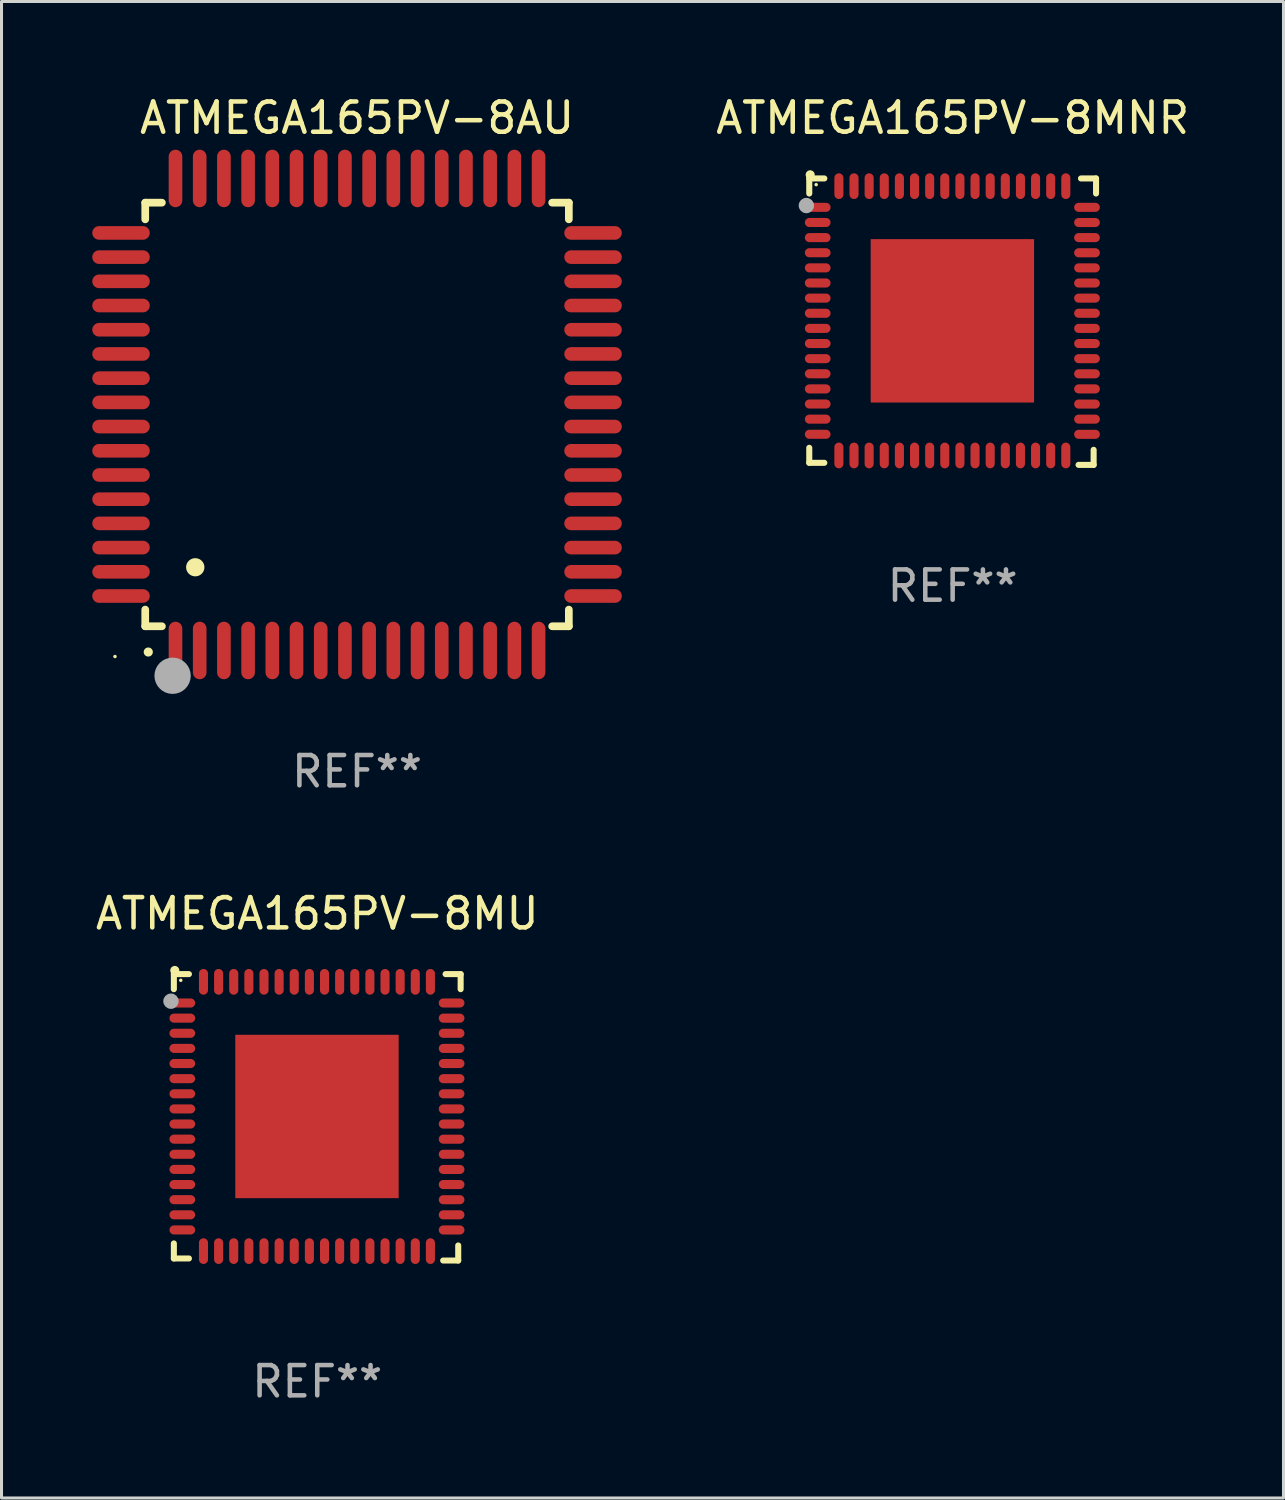
<source format=kicad_pcb>
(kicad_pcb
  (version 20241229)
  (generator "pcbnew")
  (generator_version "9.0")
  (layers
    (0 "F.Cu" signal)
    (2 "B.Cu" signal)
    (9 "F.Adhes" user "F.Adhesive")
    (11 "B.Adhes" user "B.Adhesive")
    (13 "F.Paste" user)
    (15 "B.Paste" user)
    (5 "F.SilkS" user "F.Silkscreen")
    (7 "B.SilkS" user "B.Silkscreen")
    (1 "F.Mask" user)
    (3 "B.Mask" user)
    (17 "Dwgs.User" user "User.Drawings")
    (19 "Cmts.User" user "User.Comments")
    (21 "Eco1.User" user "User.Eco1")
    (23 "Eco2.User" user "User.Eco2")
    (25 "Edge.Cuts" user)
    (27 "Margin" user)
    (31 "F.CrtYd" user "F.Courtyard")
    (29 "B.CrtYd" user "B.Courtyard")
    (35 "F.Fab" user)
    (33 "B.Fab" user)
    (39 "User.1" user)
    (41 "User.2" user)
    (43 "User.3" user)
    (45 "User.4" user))
  (footprint "ATMEGA165PV-8MU"
    (layer "F.Cu")
    (at 7.435 33.877)
    (property "Reference" "ATMEGA165PV-8MU" (at 0 -6.733 0) (layer "F.SilkS") (effects (font (size 1 1) (thickness 0.15))))
    (attr through_hole)
    (fp_line (start -4.739 -4.733) (end -4.241 -4.733) (stroke (width 0.2) (type solid)) (layer "F.SilkS"))
    (fp_line (start -4.739 -4.235) (end -4.739 -4.733) (stroke (width 0.2) (type solid)) (layer "F.SilkS"))
    (fp_line (start -4.739 4.168) (end -4.739 4.665) (stroke (width 0.2) (type solid)) (layer "F.SilkS"))
    (fp_line (start -4.739 4.665) (end -4.241 4.665) (stroke (width 0.2) (type solid)) (layer "F.SilkS"))
    (fp_line (start 4.161 4.733) (end 4.659 4.733) (stroke (width 0.2) (type solid)) (layer "F.SilkS"))
    (fp_line (start 4.241 -4.733) (end 4.739 -4.733) (stroke (width 0.2) (type solid)) (layer "F.SilkS"))
    (fp_line (start 4.659 4.733) (end 4.659 4.235) (stroke (width 0.2) (type solid)) (layer "F.SilkS"))
    (fp_line (start 4.739 -4.733) (end 4.739 -4.235) (stroke (width 0.2) (type solid)) (layer "F.SilkS"))
    (fp_arc (start -4.708623 -4.85108) (mid -4.708628 -4.85235) (end -4.708623 -4.85362) (stroke (width 0.3) (type solid)) (layer "F.SilkS"))
    (fp_circle (center -4.511 -4.529) (end -4.481 -4.529) (stroke (width 0.06) (type solid)) (fill no) (layer "F.SilkS"))
    (fp_circle (center -4.835 -3.838) (end -4.708 -3.838) (stroke (width 0.254) (type solid)) (fill no) (layer "F.Fab"))
    (fp_text user "REF**" (at 0 8.733 0) (layer "F.Fab") (effects (font (size 1 1) (thickness 0.15))))
    (pad "1" smd oval (at -4.46 -3.778) (size 0.85 0.3) (layers "F.Cu" "F.Mask" "F.Paste"))
    (pad "2" smd oval (at -4.46 -3.278) (size 0.85 0.3) (layers "F.Cu" "F.Mask" "F.Paste"))
    (pad "3" smd oval (at -4.46 -2.778) (size 0.85 0.3) (layers "F.Cu" "F.Mask" "F.Paste"))
    (pad "4" smd oval (at -4.46 -2.278) (size 0.85 0.3) (layers "F.Cu" "F.Mask" "F.Paste"))
    (pad "5" smd oval (at -4.46 -1.778) (size 0.85 0.3) (layers "F.Cu" "F.Mask" "F.Paste"))
    (pad "6" smd oval (at -4.46 -1.278) (size 0.85 0.3) (layers "F.Cu" "F.Mask" "F.Paste"))
    (pad "7" smd oval (at -4.46 -0.778) (size 0.85 0.3) (layers "F.Cu" "F.Mask" "F.Paste"))
    (pad "8" smd oval (at -4.46 -0.278) (size 0.85 0.3) (layers "F.Cu" "F.Mask" "F.Paste"))
    (pad "9" smd oval (at -4.46 0.222) (size 0.85 0.3) (layers "F.Cu" "F.Mask" "F.Paste"))
    (pad "10" smd oval (at -4.46 0.722) (size 0.85 0.3) (layers "F.Cu" "F.Mask" "F.Paste"))
    (pad "11" smd oval (at -4.46 1.222) (size 0.85 0.3) (layers "F.Cu" "F.Mask" "F.Paste"))
    (pad "12" smd oval (at -4.46 1.722) (size 0.85 0.3) (layers "F.Cu" "F.Mask" "F.Paste"))
    (pad "13" smd oval (at -4.46 2.222) (size 0.85 0.3) (layers "F.Cu" "F.Mask" "F.Paste"))
    (pad "14" smd oval (at -4.46 2.722) (size 0.85 0.3) (layers "F.Cu" "F.Mask" "F.Paste"))
    (pad "15" smd oval (at -4.46 3.222) (size 0.85 0.3) (layers "F.Cu" "F.Mask" "F.Paste"))
    (pad "16" smd oval (at -4.46 3.722) (size 0.85 0.3) (layers "F.Cu" "F.Mask" "F.Paste"))
    (pad "17" smd oval (at -3.76 4.422) (size 0.3 0.85) (layers "F.Cu" "F.Mask" "F.Paste"))
    (pad "18" smd oval (at -3.26 4.422) (size 0.3 0.85) (layers "F.Cu" "F.Mask" "F.Paste"))
    (pad "19" smd oval (at -2.76 4.422) (size 0.3 0.85) (layers "F.Cu" "F.Mask" "F.Paste"))
    (pad "20" smd oval (at -2.26 4.422) (size 0.3 0.85) (layers "F.Cu" "F.Mask" "F.Paste"))
    (pad "21" smd oval (at -1.76 4.422) (size 0.3 0.85) (layers "F.Cu" "F.Mask" "F.Paste"))
    (pad "22" smd oval (at -1.26 4.422) (size 0.3 0.85) (layers "F.Cu" "F.Mask" "F.Paste"))
    (pad "23" smd oval (at -0.76 4.422) (size 0.3 0.85) (layers "F.Cu" "F.Mask" "F.Paste"))
    (pad "24" smd oval (at -0.26 4.422) (size 0.3 0.85) (layers "F.Cu" "F.Mask" "F.Paste"))
    (pad "25" smd oval (at 0.24 4.422) (size 0.3 0.85) (layers "F.Cu" "F.Mask" "F.Paste"))
    (pad "26" smd oval (at 0.74 4.422) (size 0.3 0.85) (layers "F.Cu" "F.Mask" "F.Paste"))
    (pad "27" smd oval (at 1.24 4.422) (size 0.3 0.85) (layers "F.Cu" "F.Mask" "F.Paste"))
    (pad "28" smd oval (at 1.74 4.422) (size 0.3 0.85) (layers "F.Cu" "F.Mask" "F.Paste"))
    (pad "29" smd oval (at 2.24 4.422) (size 0.3 0.85) (layers "F.Cu" "F.Mask" "F.Paste"))
    (pad "30" smd oval (at 2.74 4.422) (size 0.3 0.85) (layers "F.Cu" "F.Mask" "F.Paste"))
    (pad "31" smd oval (at 3.24 4.422) (size 0.3 0.85) (layers "F.Cu" "F.Mask" "F.Paste"))
    (pad "32" smd oval (at 3.74 4.422) (size 0.3 0.85) (layers "F.Cu" "F.Mask" "F.Paste"))
    (pad "33" smd oval (at 4.44 3.723) (size 0.85 0.3) (layers "F.Cu" "F.Mask" "F.Paste"))
    (pad "34" smd oval (at 4.44 3.222) (size 0.85 0.3) (layers "F.Cu" "F.Mask" "F.Paste"))
    (pad "35" smd oval (at 4.44 2.723) (size 0.85 0.3) (layers "F.Cu" "F.Mask" "F.Paste"))
    (pad "36" smd oval (at 4.44 2.222) (size 0.85 0.3) (layers "F.Cu" "F.Mask" "F.Paste"))
    (pad "37" smd oval (at 4.44 1.723) (size 0.85 0.3) (layers "F.Cu" "F.Mask" "F.Paste"))
    (pad "38" smd oval (at 4.44 1.222) (size 0.85 0.3) (layers "F.Cu" "F.Mask" "F.Paste"))
    (pad "39" smd oval (at 4.44 0.723) (size 0.85 0.3) (layers "F.Cu" "F.Mask" "F.Paste"))
    (pad "40" smd oval (at 4.44 0.222) (size 0.85 0.3) (layers "F.Cu" "F.Mask" "F.Paste"))
    (pad "41" smd oval (at 4.44 -0.277) (size 0.85 0.3) (layers "F.Cu" "F.Mask" "F.Paste"))
    (pad "42" smd oval (at 4.44 -0.778) (size 0.85 0.3) (layers "F.Cu" "F.Mask" "F.Paste"))
    (pad "43" smd oval (at 4.44 -1.277) (size 0.85 0.3) (layers "F.Cu" "F.Mask" "F.Paste"))
    (pad "44" smd oval (at 4.44 -1.778) (size 0.85 0.3) (layers "F.Cu" "F.Mask" "F.Paste"))
    (pad "45" smd oval (at 4.44 -2.277) (size 0.85 0.3) (layers "F.Cu" "F.Mask" "F.Paste"))
    (pad "46" smd oval (at 4.44 -2.778) (size 0.85 0.3) (layers "F.Cu" "F.Mask" "F.Paste"))
    (pad "47" smd oval (at 4.44 -3.277) (size 0.85 0.3) (layers "F.Cu" "F.Mask" "F.Paste"))
    (pad "48" smd oval (at 4.44 -3.778) (size 0.85 0.3) (layers "F.Cu" "F.Mask" "F.Paste"))
    (pad "49" smd oval (at 3.74 -4.478) (size 0.3 0.85) (layers "F.Cu" "F.Mask" "F.Paste"))
    (pad "50" smd oval (at 3.24 -4.478) (size 0.3 0.85) (layers "F.Cu" "F.Mask" "F.Paste"))
    (pad "51" smd oval (at 2.74 -4.478) (size 0.3 0.85) (layers "F.Cu" "F.Mask" "F.Paste"))
    (pad "52" smd oval (at 2.24 -4.478) (size 0.3 0.85) (layers "F.Cu" "F.Mask" "F.Paste"))
    (pad "53" smd oval (at 1.74 -4.478) (size 0.3 0.85) (layers "F.Cu" "F.Mask" "F.Paste"))
    (pad "54" smd oval (at 1.24 -4.478) (size 0.3 0.85) (layers "F.Cu" "F.Mask" "F.Paste"))
    (pad "55" smd oval (at 0.74 -4.478) (size 0.3 0.85) (layers "F.Cu" "F.Mask" "F.Paste"))
    (pad "56" smd oval (at 0.24 -4.478) (size 0.3 0.85) (layers "F.Cu" "F.Mask" "F.Paste"))
    (pad "57" smd oval (at -0.26 -4.478) (size 0.3 0.85) (layers "F.Cu" "F.Mask" "F.Paste"))
    (pad "58" smd oval (at -0.76 -4.478) (size 0.3 0.85) (layers "F.Cu" "F.Mask" "F.Paste"))
    (pad "59" smd oval (at -1.26 -4.478) (size 0.3 0.85) (layers "F.Cu" "F.Mask" "F.Paste"))
    (pad "60" smd oval (at -1.76 -4.478) (size 0.3 0.85) (layers "F.Cu" "F.Mask" "F.Paste"))
    (pad "61" smd oval (at -2.26 -4.478) (size 0.3 0.85) (layers "F.Cu" "F.Mask" "F.Paste"))
    (pad "62" smd oval (at -2.76 -4.478) (size 0.3 0.85) (layers "F.Cu" "F.Mask" "F.Paste"))
    (pad "63" smd oval (at -3.26 -4.478) (size 0.3 0.85) (layers "F.Cu" "F.Mask" "F.Paste"))
    (pad "64" smd oval (at -3.76 -4.478) (size 0.3 0.85) (layers "F.Cu" "F.Mask" "F.Paste"))
    (pad "65" smd rect (at -0.009 -0.028 90) (size 5.4 5.4) (layers "F.Cu" "F.Mask" "F.Paste")))
  (footprint "ATMEGA165PV-8AU"
    (layer "F.Cu")
    (at 8.75 10.648)
    (property "Reference" "ATMEGA165PV-8AU" (at 0 -9.8 0) (layer "F.SilkS") (effects (font (size 1 1) (thickness 0.15))))
    (attr through_hole)
    (fp_line (start -7 -7) (end -6.449 -7) (stroke (width 0.254) (type solid)) (layer "F.SilkS"))
    (fp_line (start -7 -6.449) (end -7 -7) (stroke (width 0.254) (type solid)) (layer "F.SilkS"))
    (fp_line (start -7 7) (end -7 6.449) (stroke (width 0.254) (type solid)) (layer "F.SilkS"))
    (fp_line (start -6.449 7) (end -7 7) (stroke (width 0.254) (type solid)) (layer "F.SilkS"))
    (fp_line (start 6.449 -7) (end 7 -7) (stroke (width 0.254) (type solid)) (layer "F.SilkS"))
    (fp_line (start 7 -7) (end 7 -6.449) (stroke (width 0.254) (type solid)) (layer "F.SilkS"))
    (fp_line (start 7 6.449) (end 7 7) (stroke (width 0.254) (type solid)) (layer "F.SilkS"))
    (fp_line (start 7 7) (end 6.449 7) (stroke (width 0.254) (type solid)) (layer "F.SilkS"))
    (fp_arc (start -6.901143 7.851207) (mid -6.899873 7.851202) (end -6.898603 7.851207) (stroke (width 0.3) (type solid)) (layer "F.SilkS"))
    (fp_arc (start -5.3492 5.049581) (mid -5.34666 5.04957) (end -5.34412 5.049581) (stroke (width 0.6) (type solid)) (layer "F.SilkS"))
    (fp_circle (center -8 8) (end -7.97 8) (stroke (width 0.06) (type solid)) (fill no) (layer "F.SilkS"))
    (fp_circle (center -6.096 8.636) (end -5.796 8.636) (stroke (width 0.6) (type solid)) (fill no) (layer "F.Fab"))
    (fp_text user "REF**" (at 0 11.8 0) (layer "F.Fab") (effects (font (size 1 1) (thickness 0.15))))
    (pad "1" smd oval (at -6 7.8 90) (size 1.9 0.45) (layers "F.Cu" "F.Mask" "F.Paste"))
    (pad "2" smd oval (at -5.2 7.8 90) (size 1.9 0.45) (layers "F.Cu" "F.Mask" "F.Paste"))
    (pad "3" smd oval (at -4.4 7.8 90) (size 1.9 0.45) (layers "F.Cu" "F.Mask" "F.Paste"))
    (pad "4" smd oval (at -3.6 7.8 90) (size 1.9 0.45) (layers "F.Cu" "F.Mask" "F.Paste"))
    (pad "5" smd oval (at -2.8 7.8 90) (size 1.9 0.45) (layers "F.Cu" "F.Mask" "F.Paste"))
    (pad "6" smd oval (at -2 7.8 90) (size 1.9 0.45) (layers "F.Cu" "F.Mask" "F.Paste"))
    (pad "7" smd oval (at -1.2 7.8 90) (size 1.9 0.45) (layers "F.Cu" "F.Mask" "F.Paste"))
    (pad "8" smd oval (at -0.4 7.8 90) (size 1.9 0.45) (layers "F.Cu" "F.Mask" "F.Paste"))
    (pad "9" smd oval (at 0.4 7.8 90) (size 1.9 0.45) (layers "F.Cu" "F.Mask" "F.Paste"))
    (pad "10" smd oval (at 1.2 7.8 90) (size 1.9 0.45) (layers "F.Cu" "F.Mask" "F.Paste"))
    (pad "11" smd oval (at 2 7.8 90) (size 1.9 0.45) (layers "F.Cu" "F.Mask" "F.Paste"))
    (pad "12" smd oval (at 2.8 7.8 90) (size 1.9 0.45) (layers "F.Cu" "F.Mask" "F.Paste"))
    (pad "13" smd oval (at 3.6 7.8 90) (size 1.9 0.45) (layers "F.Cu" "F.Mask" "F.Paste"))
    (pad "14" smd oval (at 4.4 7.8 90) (size 1.9 0.45) (layers "F.Cu" "F.Mask" "F.Paste"))
    (pad "15" smd oval (at 5.2 7.8 90) (size 1.9 0.45) (layers "F.Cu" "F.Mask" "F.Paste"))
    (pad "16" smd oval (at 6 7.8 90) (size 1.9 0.45) (layers "F.Cu" "F.Mask" "F.Paste"))
    (pad "17" smd oval (at 7.8 6 90) (size 0.45 1.9) (layers "F.Cu" "F.Mask" "F.Paste"))
    (pad "18" smd oval (at 7.8 5.2 90) (size 0.45 1.9) (layers "F.Cu" "F.Mask" "F.Paste"))
    (pad "19" smd oval (at 7.8 4.4 90) (size 0.45 1.9) (layers "F.Cu" "F.Mask" "F.Paste"))
    (pad "20" smd oval (at 7.8 3.6 90) (size 0.45 1.9) (layers "F.Cu" "F.Mask" "F.Paste"))
    (pad "21" smd oval (at 7.8 2.8 90) (size 0.45 1.9) (layers "F.Cu" "F.Mask" "F.Paste"))
    (pad "22" smd oval (at 7.8 2 90) (size 0.45 1.9) (layers "F.Cu" "F.Mask" "F.Paste"))
    (pad "23" smd oval (at 7.8 1.2 90) (size 0.45 1.9) (layers "F.Cu" "F.Mask" "F.Paste"))
    (pad "24" smd oval (at 7.8 0.4 90) (size 0.45 1.9) (layers "F.Cu" "F.Mask" "F.Paste"))
    (pad "25" smd oval (at 7.8 -0.4 90) (size 0.45 1.9) (layers "F.Cu" "F.Mask" "F.Paste"))
    (pad "26" smd oval (at 7.8 -1.2 90) (size 0.45 1.9) (layers "F.Cu" "F.Mask" "F.Paste"))
    (pad "27" smd oval (at 7.8 -2 90) (size 0.45 1.9) (layers "F.Cu" "F.Mask" "F.Paste"))
    (pad "28" smd oval (at 7.8 -2.8 90) (size 0.45 1.9) (layers "F.Cu" "F.Mask" "F.Paste"))
    (pad "29" smd oval (at 7.8 -3.6 90) (size 0.45 1.9) (layers "F.Cu" "F.Mask" "F.Paste"))
    (pad "30" smd oval (at 7.8 -4.4 90) (size 0.45 1.9) (layers "F.Cu" "F.Mask" "F.Paste"))
    (pad "31" smd oval (at 7.8 -5.2 90) (size 0.45 1.9) (layers "F.Cu" "F.Mask" "F.Paste"))
    (pad "32" smd oval (at 7.8 -6 90) (size 0.45 1.9) (layers "F.Cu" "F.Mask" "F.Paste"))
    (pad "33" smd oval (at 6 -7.8 90) (size 1.9 0.45) (layers "F.Cu" "F.Mask" "F.Paste"))
    (pad "34" smd oval (at 5.2 -7.8 90) (size 1.9 0.45) (layers "F.Cu" "F.Mask" "F.Paste"))
    (pad "35" smd oval (at 4.4 -7.8 90) (size 1.9 0.45) (layers "F.Cu" "F.Mask" "F.Paste"))
    (pad "36" smd oval (at 3.6 -7.8 90) (size 1.9 0.45) (layers "F.Cu" "F.Mask" "F.Paste"))
    (pad "37" smd oval (at 2.8 -7.8 90) (size 1.9 0.45) (layers "F.Cu" "F.Mask" "F.Paste"))
    (pad "38" smd oval (at 2 -7.8 90) (size 1.9 0.45) (layers "F.Cu" "F.Mask" "F.Paste"))
    (pad "39" smd oval (at 1.2 -7.8 90) (size 1.9 0.45) (layers "F.Cu" "F.Mask" "F.Paste"))
    (pad "40" smd oval (at 0.4 -7.8 90) (size 1.9 0.45) (layers "F.Cu" "F.Mask" "F.Paste"))
    (pad "41" smd oval (at -0.4 -7.8 90) (size 1.9 0.45) (layers "F.Cu" "F.Mask" "F.Paste"))
    (pad "42" smd oval (at -1.2 -7.8 90) (size 1.9 0.45) (layers "F.Cu" "F.Mask" "F.Paste"))
    (pad "43" smd oval (at -2 -7.8 90) (size 1.9 0.45) (layers "F.Cu" "F.Mask" "F.Paste"))
    (pad "44" smd oval (at -2.8 -7.8 90) (size 1.9 0.45) (layers "F.Cu" "F.Mask" "F.Paste"))
    (pad "45" smd oval (at -3.6 -7.8 90) (size 1.9 0.45) (layers "F.Cu" "F.Mask" "F.Paste"))
    (pad "46" smd oval (at -4.4 -7.8 90) (size 1.9 0.45) (layers "F.Cu" "F.Mask" "F.Paste"))
    (pad "47" smd oval (at -5.2 -7.8 90) (size 1.9 0.45) (layers "F.Cu" "F.Mask" "F.Paste"))
    (pad "48" smd oval (at -6 -7.8 90) (size 1.9 0.45) (layers "F.Cu" "F.Mask" "F.Paste"))
    (pad "49" smd oval (at -7.8 -6 90) (size 0.45 1.9) (layers "F.Cu" "F.Mask" "F.Paste"))
    (pad "50" smd oval (at -7.8 -5.2 90) (size 0.45 1.9) (layers "F.Cu" "F.Mask" "F.Paste"))
    (pad "51" smd oval (at -7.8 -4.4 90) (size 0.45 1.9) (layers "F.Cu" "F.Mask" "F.Paste"))
    (pad "52" smd oval (at -7.8 -3.6 90) (size 0.45 1.9) (layers "F.Cu" "F.Mask" "F.Paste"))
    (pad "53" smd oval (at -7.8 -2.8 90) (size 0.45 1.9) (layers "F.Cu" "F.Mask" "F.Paste"))
    (pad "54" smd oval (at -7.8 -2 90) (size 0.45 1.9) (layers "F.Cu" "F.Mask" "F.Paste"))
    (pad "55" smd oval (at -7.8 -1.2 90) (size 0.45 1.9) (layers "F.Cu" "F.Mask" "F.Paste"))
    (pad "56" smd oval (at -7.8 -0.4 90) (size 0.45 1.9) (layers "F.Cu" "F.Mask" "F.Paste"))
    (pad "57" smd oval (at -7.8 0.4 90) (size 0.45 1.9) (layers "F.Cu" "F.Mask" "F.Paste"))
    (pad "58" smd oval (at -7.8 1.2 90) (size 0.45 1.9) (layers "F.Cu" "F.Mask" "F.Paste"))
    (pad "59" smd oval (at -7.8 2 90) (size 0.45 1.9) (layers "F.Cu" "F.Mask" "F.Paste"))
    (pad "60" smd oval (at -7.8 2.8 90) (size 0.45 1.9) (layers "F.Cu" "F.Mask" "F.Paste"))
    (pad "61" smd oval (at -7.8 3.6 90) (size 0.45 1.9) (layers "F.Cu" "F.Mask" "F.Paste"))
    (pad "62" smd oval (at -7.8 4.4 90) (size 0.45 1.9) (layers "F.Cu" "F.Mask" "F.Paste"))
    (pad "63" smd oval (at -7.8 5.2 90) (size 0.45 1.9) (layers "F.Cu" "F.Mask" "F.Paste"))
    (pad "64" smd oval (at -7.8 6 90) (size 0.45 1.9) (layers "F.Cu" "F.Mask" "F.Paste")))
  (footprint "ATMEGA165PV-8MNR"
    (layer "F.Cu")
    (at 28.435 7.581)
    (property "Reference" "ATMEGA165PV-8MNR" (at 0 -6.733 0) (layer "F.SilkS") (effects (font (size 1 1) (thickness 0.15))))
    (attr through_hole)
    (fp_line (start -4.739 -4.733) (end -4.241 -4.733) (stroke (width 0.2) (type solid)) (layer "F.SilkS"))
    (fp_line (start -4.739 -4.235) (end -4.739 -4.733) (stroke (width 0.2) (type solid)) (layer "F.SilkS"))
    (fp_line (start -4.739 4.168) (end -4.739 4.665) (stroke (width 0.2) (type solid)) (layer "F.SilkS"))
    (fp_line (start -4.739 4.665) (end -4.241 4.665) (stroke (width 0.2) (type solid)) (layer "F.SilkS"))
    (fp_line (start 4.161 4.733) (end 4.659 4.733) (stroke (width 0.2) (type solid)) (layer "F.SilkS"))
    (fp_line (start 4.241 -4.733) (end 4.739 -4.733) (stroke (width 0.2) (type solid)) (layer "F.SilkS"))
    (fp_line (start 4.659 4.733) (end 4.659 4.235) (stroke (width 0.2) (type solid)) (layer "F.SilkS"))
    (fp_line (start 4.739 -4.733) (end 4.739 -4.235) (stroke (width 0.2) (type solid)) (layer "F.SilkS"))
    (fp_arc (start -4.708623 -4.85108) (mid -4.708628 -4.85235) (end -4.708623 -4.85362) (stroke (width 0.3) (type solid)) (layer "F.SilkS"))
    (fp_circle (center -4.511 -4.529) (end -4.481 -4.529) (stroke (width 0.06) (type solid)) (fill no) (layer "F.SilkS"))
    (fp_circle (center -4.835 -3.838) (end -4.708 -3.838) (stroke (width 0.254) (type solid)) (fill no) (layer "F.Fab"))
    (fp_text user "REF**" (at 0 8.733 0) (layer "F.Fab") (effects (font (size 1 1) (thickness 0.15))))
    (pad "1" smd oval (at -4.46 -3.778) (size 0.85 0.3) (layers "F.Cu" "F.Mask" "F.Paste"))
    (pad "2" smd oval (at -4.46 -3.278) (size 0.85 0.3) (layers "F.Cu" "F.Mask" "F.Paste"))
    (pad "3" smd oval (at -4.46 -2.778) (size 0.85 0.3) (layers "F.Cu" "F.Mask" "F.Paste"))
    (pad "4" smd oval (at -4.46 -2.278) (size 0.85 0.3) (layers "F.Cu" "F.Mask" "F.Paste"))
    (pad "5" smd oval (at -4.46 -1.778) (size 0.85 0.3) (layers "F.Cu" "F.Mask" "F.Paste"))
    (pad "6" smd oval (at -4.46 -1.278) (size 0.85 0.3) (layers "F.Cu" "F.Mask" "F.Paste"))
    (pad "7" smd oval (at -4.46 -0.778) (size 0.85 0.3) (layers "F.Cu" "F.Mask" "F.Paste"))
    (pad "8" smd oval (at -4.46 -0.278) (size 0.85 0.3) (layers "F.Cu" "F.Mask" "F.Paste"))
    (pad "9" smd oval (at -4.46 0.222) (size 0.85 0.3) (layers "F.Cu" "F.Mask" "F.Paste"))
    (pad "10" smd oval (at -4.46 0.722) (size 0.85 0.3) (layers "F.Cu" "F.Mask" "F.Paste"))
    (pad "11" smd oval (at -4.46 1.222) (size 0.85 0.3) (layers "F.Cu" "F.Mask" "F.Paste"))
    (pad "12" smd oval (at -4.46 1.722) (size 0.85 0.3) (layers "F.Cu" "F.Mask" "F.Paste"))
    (pad "13" smd oval (at -4.46 2.222) (size 0.85 0.3) (layers "F.Cu" "F.Mask" "F.Paste"))
    (pad "14" smd oval (at -4.46 2.722) (size 0.85 0.3) (layers "F.Cu" "F.Mask" "F.Paste"))
    (pad "15" smd oval (at -4.46 3.222) (size 0.85 0.3) (layers "F.Cu" "F.Mask" "F.Paste"))
    (pad "16" smd oval (at -4.46 3.722) (size 0.85 0.3) (layers "F.Cu" "F.Mask" "F.Paste"))
    (pad "17" smd oval (at -3.76 4.422) (size 0.3 0.85) (layers "F.Cu" "F.Mask" "F.Paste"))
    (pad "18" smd oval (at -3.26 4.422) (size 0.3 0.85) (layers "F.Cu" "F.Mask" "F.Paste"))
    (pad "19" smd oval (at -2.76 4.422) (size 0.3 0.85) (layers "F.Cu" "F.Mask" "F.Paste"))
    (pad "20" smd oval (at -2.26 4.422) (size 0.3 0.85) (layers "F.Cu" "F.Mask" "F.Paste"))
    (pad "21" smd oval (at -1.76 4.422) (size 0.3 0.85) (layers "F.Cu" "F.Mask" "F.Paste"))
    (pad "22" smd oval (at -1.26 4.422) (size 0.3 0.85) (layers "F.Cu" "F.Mask" "F.Paste"))
    (pad "23" smd oval (at -0.76 4.422) (size 0.3 0.85) (layers "F.Cu" "F.Mask" "F.Paste"))
    (pad "24" smd oval (at -0.26 4.422) (size 0.3 0.85) (layers "F.Cu" "F.Mask" "F.Paste"))
    (pad "25" smd oval (at 0.24 4.422) (size 0.3 0.85) (layers "F.Cu" "F.Mask" "F.Paste"))
    (pad "26" smd oval (at 0.74 4.422) (size 0.3 0.85) (layers "F.Cu" "F.Mask" "F.Paste"))
    (pad "27" smd oval (at 1.24 4.422) (size 0.3 0.85) (layers "F.Cu" "F.Mask" "F.Paste"))
    (pad "28" smd oval (at 1.74 4.422) (size 0.3 0.85) (layers "F.Cu" "F.Mask" "F.Paste"))
    (pad "29" smd oval (at 2.24 4.422) (size 0.3 0.85) (layers "F.Cu" "F.Mask" "F.Paste"))
    (pad "30" smd oval (at 2.74 4.422) (size 0.3 0.85) (layers "F.Cu" "F.Mask" "F.Paste"))
    (pad "31" smd oval (at 3.24 4.422) (size 0.3 0.85) (layers "F.Cu" "F.Mask" "F.Paste"))
    (pad "32" smd oval (at 3.74 4.422) (size 0.3 0.85) (layers "F.Cu" "F.Mask" "F.Paste"))
    (pad "33" smd oval (at 4.44 3.723) (size 0.85 0.3) (layers "F.Cu" "F.Mask" "F.Paste"))
    (pad "34" smd oval (at 4.44 3.222) (size 0.85 0.3) (layers "F.Cu" "F.Mask" "F.Paste"))
    (pad "35" smd oval (at 4.44 2.723) (size 0.85 0.3) (layers "F.Cu" "F.Mask" "F.Paste"))
    (pad "36" smd oval (at 4.44 2.222) (size 0.85 0.3) (layers "F.Cu" "F.Mask" "F.Paste"))
    (pad "37" smd oval (at 4.44 1.723) (size 0.85 0.3) (layers "F.Cu" "F.Mask" "F.Paste"))
    (pad "38" smd oval (at 4.44 1.222) (size 0.85 0.3) (layers "F.Cu" "F.Mask" "F.Paste"))
    (pad "39" smd oval (at 4.44 0.723) (size 0.85 0.3) (layers "F.Cu" "F.Mask" "F.Paste"))
    (pad "40" smd oval (at 4.44 0.222) (size 0.85 0.3) (layers "F.Cu" "F.Mask" "F.Paste"))
    (pad "41" smd oval (at 4.44 -0.277) (size 0.85 0.3) (layers "F.Cu" "F.Mask" "F.Paste"))
    (pad "42" smd oval (at 4.44 -0.778) (size 0.85 0.3) (layers "F.Cu" "F.Mask" "F.Paste"))
    (pad "43" smd oval (at 4.44 -1.277) (size 0.85 0.3) (layers "F.Cu" "F.Mask" "F.Paste"))
    (pad "44" smd oval (at 4.44 -1.778) (size 0.85 0.3) (layers "F.Cu" "F.Mask" "F.Paste"))
    (pad "45" smd oval (at 4.44 -2.277) (size 0.85 0.3) (layers "F.Cu" "F.Mask" "F.Paste"))
    (pad "46" smd oval (at 4.44 -2.778) (size 0.85 0.3) (layers "F.Cu" "F.Mask" "F.Paste"))
    (pad "47" smd oval (at 4.44 -3.277) (size 0.85 0.3) (layers "F.Cu" "F.Mask" "F.Paste"))
    (pad "48" smd oval (at 4.44 -3.778) (size 0.85 0.3) (layers "F.Cu" "F.Mask" "F.Paste"))
    (pad "49" smd oval (at 3.74 -4.478) (size 0.3 0.85) (layers "F.Cu" "F.Mask" "F.Paste"))
    (pad "50" smd oval (at 3.24 -4.478) (size 0.3 0.85) (layers "F.Cu" "F.Mask" "F.Paste"))
    (pad "51" smd oval (at 2.74 -4.478) (size 0.3 0.85) (layers "F.Cu" "F.Mask" "F.Paste"))
    (pad "52" smd oval (at 2.24 -4.478) (size 0.3 0.85) (layers "F.Cu" "F.Mask" "F.Paste"))
    (pad "53" smd oval (at 1.74 -4.478) (size 0.3 0.85) (layers "F.Cu" "F.Mask" "F.Paste"))
    (pad "54" smd oval (at 1.24 -4.478) (size 0.3 0.85) (layers "F.Cu" "F.Mask" "F.Paste"))
    (pad "55" smd oval (at 0.74 -4.478) (size 0.3 0.85) (layers "F.Cu" "F.Mask" "F.Paste"))
    (pad "56" smd oval (at 0.24 -4.478) (size 0.3 0.85) (layers "F.Cu" "F.Mask" "F.Paste"))
    (pad "57" smd oval (at -0.26 -4.478) (size 0.3 0.85) (layers "F.Cu" "F.Mask" "F.Paste"))
    (pad "58" smd oval (at -0.76 -4.478) (size 0.3 0.85) (layers "F.Cu" "F.Mask" "F.Paste"))
    (pad "59" smd oval (at -1.26 -4.478) (size 0.3 0.85) (layers "F.Cu" "F.Mask" "F.Paste"))
    (pad "60" smd oval (at -1.76 -4.478) (size 0.3 0.85) (layers "F.Cu" "F.Mask" "F.Paste"))
    (pad "61" smd oval (at -2.26 -4.478) (size 0.3 0.85) (layers "F.Cu" "F.Mask" "F.Paste"))
    (pad "62" smd oval (at -2.76 -4.478) (size 0.3 0.85) (layers "F.Cu" "F.Mask" "F.Paste"))
    (pad "63" smd oval (at -3.26 -4.478) (size 0.3 0.85) (layers "F.Cu" "F.Mask" "F.Paste"))
    (pad "64" smd oval (at -3.76 -4.478) (size 0.3 0.85) (layers "F.Cu" "F.Mask" "F.Paste"))
    (pad "65" smd rect (at -0.009 -0.028 90) (size 5.4 5.4) (layers "F.Cu" "F.Mask" "F.Paste")))
  (gr_rect
    (start -3 -3)
    (end 39.369 46.458)
    (stroke (width 0.1) (type default))
    (fill no)
    (layer "Edge.Cuts")))
</source>
